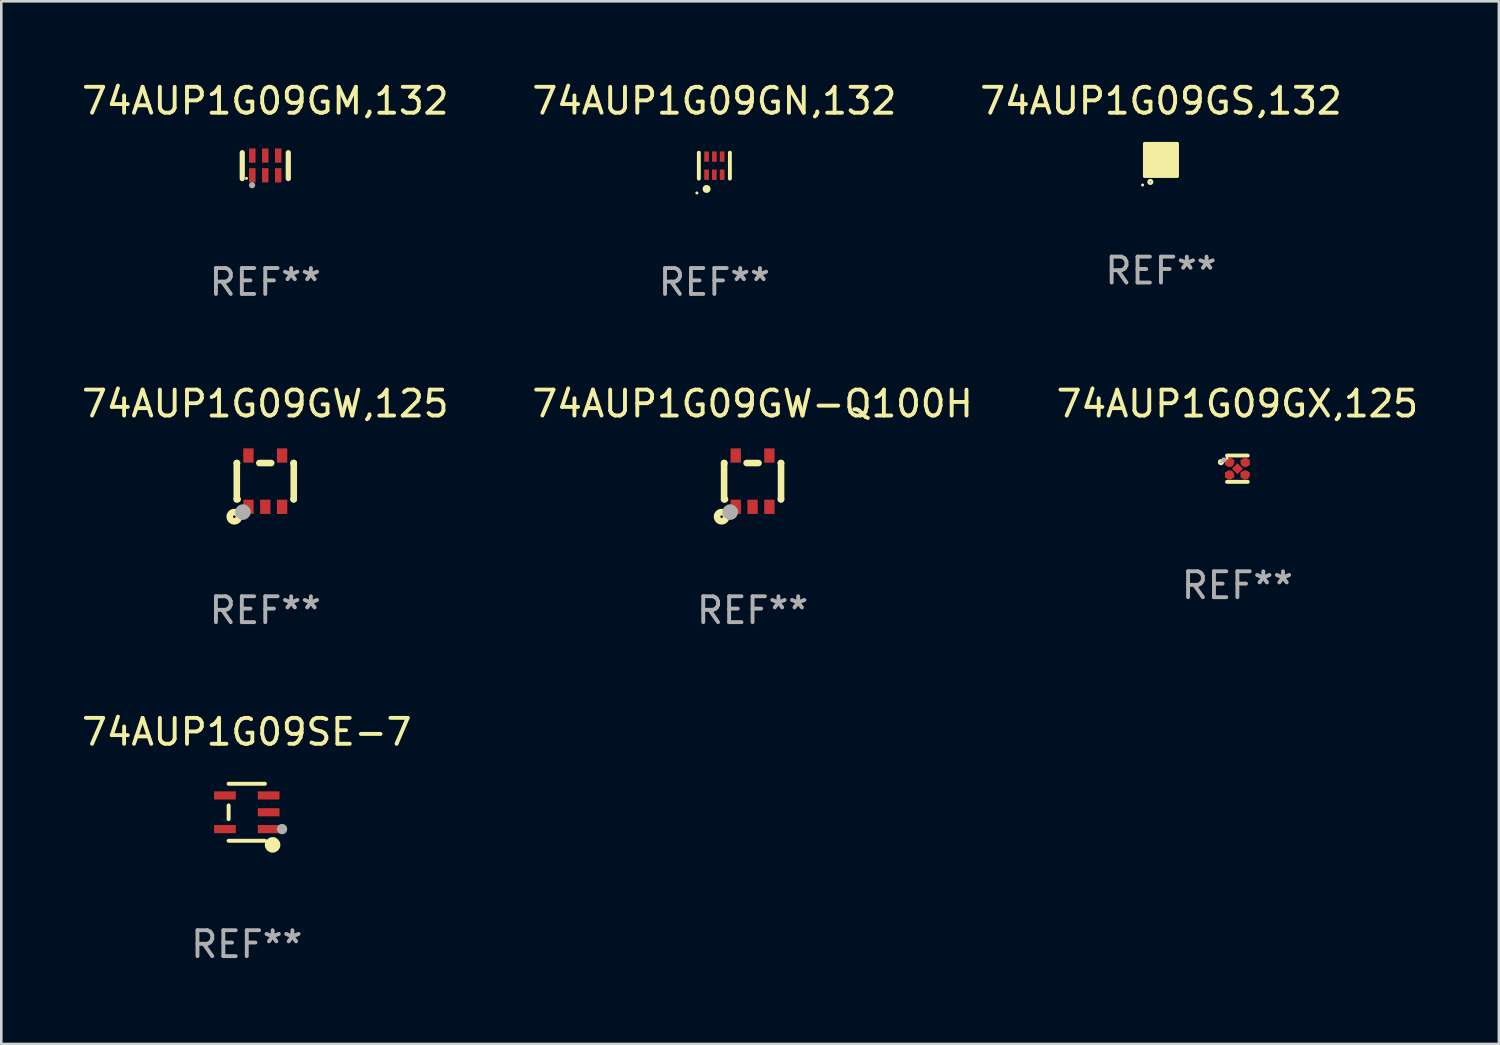
<source format=kicad_pcb>
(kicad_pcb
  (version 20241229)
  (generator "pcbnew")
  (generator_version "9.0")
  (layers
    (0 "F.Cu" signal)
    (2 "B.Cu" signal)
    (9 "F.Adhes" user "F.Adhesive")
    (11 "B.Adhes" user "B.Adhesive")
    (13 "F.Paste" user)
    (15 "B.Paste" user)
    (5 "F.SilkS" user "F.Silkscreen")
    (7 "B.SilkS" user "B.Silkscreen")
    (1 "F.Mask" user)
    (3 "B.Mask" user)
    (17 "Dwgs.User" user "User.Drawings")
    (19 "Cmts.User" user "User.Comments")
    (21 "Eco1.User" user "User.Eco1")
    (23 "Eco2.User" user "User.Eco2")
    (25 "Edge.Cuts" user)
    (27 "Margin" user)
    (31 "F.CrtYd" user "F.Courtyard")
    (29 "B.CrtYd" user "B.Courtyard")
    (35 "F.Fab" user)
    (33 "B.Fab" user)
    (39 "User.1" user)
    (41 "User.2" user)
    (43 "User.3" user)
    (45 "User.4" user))
  (footprint "74AUP1G09GW,125"
    (layer "F.Cu")
    (at 7.196 15.535)
    (property "Reference" "74AUP1G09GW,125" (at 0 -2.991 0) (layer "F.SilkS") (effects (font (size 1 1) (thickness 0.15))))
    (attr through_hole)
    (fp_line (start -1.1 -0.7) (end -1.1 0.7) (stroke (width 0.254) (type solid)) (layer "F.SilkS"))
    (fp_line (start -1.1 -0.7) (end -1.09 -0.7) (stroke (width 0.254) (type solid)) (layer "F.SilkS"))
    (fp_line (start -1.1 0.7) (end -1.065 0.7) (stroke (width 0.254) (type solid)) (layer "F.SilkS"))
    (fp_line (start -0.23 -0.7) (end 0.23 -0.7) (stroke (width 0.254) (type solid)) (layer "F.SilkS"))
    (fp_line (start 1.09 -0.7) (end 1.1 -0.7) (stroke (width 0.254) (type solid)) (layer "F.SilkS"))
    (fp_line (start 1.09 0.7) (end 1.1 0.7) (stroke (width 0.254) (type solid)) (layer "F.SilkS"))
    (fp_line (start 1.1 -0.7) (end 1.1 0.7) (stroke (width 0.254) (type solid)) (layer "F.SilkS"))
    (fp_circle (center -1.194 1.372) (end -1.143 1.372) (stroke (width 0.254) (type solid)) (fill no) (layer "F.SilkS"))
    (fp_circle (center -1.05 1.063) (end -1.02 1.063) (stroke (width 0.06) (type solid)) (fill no) (layer "F.SilkS"))
    (fp_circle (center -0.864 1.194) (end -0.713 1.194) (stroke (width 0.3) (type solid)) (fill no) (layer "F.Fab"))
    (fp_text user "REF**" (at 0 4.991 0) (layer "F.Fab") (effects (font (size 1 1) (thickness 0.15))))
    (pad "1" smd rect (at -0.65 0.991 180) (size 0.399 0.551) (layers "F.Cu" "F.Mask" "F.Paste"))
    (pad "2" smd rect (at 0 0.991 180) (size 0.399 0.551) (layers "F.Cu" "F.Mask" "F.Paste"))
    (pad "3" smd rect (at 0.65 0.991 180) (size 0.399 0.551) (layers "F.Cu" "F.Mask" "F.Paste"))
    (pad "4" smd rect (at 0.65 -0.991 180) (size 0.399 0.551) (layers "F.Cu" "F.Mask" "F.Paste"))
    (pad "5" smd rect (at -0.65 -0.991 180) (size 0.399 0.551) (layers "F.Cu" "F.Mask" "F.Paste")))
  (footprint "74AUP1G09GX,125"
    (layer "F.Cu")
    (at 44.744 15.053)
    (property "Reference" "74AUP1G09GX,125" (at 0 -2.508 0) (layer "F.SilkS") (effects (font (size 1 1) (thickness 0.15))))
    (attr through_hole)
    (fp_line (start 0.4 -0.508) (end -0.4 -0.508) (stroke (width 0.15) (type solid)) (layer "F.SilkS"))
    (fp_line (start 0.4 0.508) (end -0.4 0.508) (stroke (width 0.15) (type solid)) (layer "F.SilkS"))
    (fp_circle (center -0.635 -0.254) (end -0.615 -0.254) (stroke (width 0.1) (type solid)) (fill no) (layer "F.SilkS"))
    (fp_circle (center -0.401 -0.4) (end -0.371 -0.4) (stroke (width 0.06) (type solid)) (fill no) (layer "F.SilkS"))
    (fp_circle (center -0.523 -0.337) (end -0.473 -0.337) (stroke (width 0.1) (type solid)) (fill no) (layer "F.Fab"))
    (fp_text user "REF**" (at 0 4.508 0) (layer "F.Fab") (effects (font (size 1 1) (thickness 0.15))))
    (pad "1" smd custom (at -0.3 -0.24) (size 0.36 0.22) (layers "F.Cu" "F.Mask" "F.Paste") (options (anchor circle)) (primitives (gr_poly (pts (xy -0.18 -0.11) (xy -0.18 0.11) (xy 0.000127 0.11) (xy 0.18 -0.03) (xy 0.18 -0.11) (xy -0.18 -0.11)) (width 0) (fill yes))))
    (pad "2" smd custom (at -0.3 0.24) (size 0.36 0.22) (layers "F.Cu" "F.Mask" "F.Paste") (options (anchor circle)) (primitives (gr_poly (pts (xy -0.18 0.11) (xy -0.18 -0.11) (xy 0.000127 -0.11) (xy 0.18 0.03) (xy 0.18 0.11) (xy -0.18 0.11)) (width 0) (fill yes))))
    (pad "3" smd rect (at 0.000102 -0.000127 45) (size 0.3 0.3) (layers "F.Cu" "F.Mask" "F.Paste"))
    (pad "4" smd custom (at 0.3 0.24 180) (size 0.36 0.22) (layers "F.Cu" "F.Mask" "F.Paste") (options (anchor circle)) (primitives (gr_poly (pts (xy 0.18 0.11) (xy 0.18 -0.11) (xy -0.000178 -0.11) (xy -0.18 0.03) (xy -0.18 0.11) (xy 0.18 0.11)) (width 0) (fill yes))))
    (pad "5" smd custom (at 0.3 -0.24) (size 0.36 0.22) (layers "F.Cu" "F.Mask" "F.Paste") (options (anchor circle)) (primitives (gr_poly (pts (xy 0.18 -0.11) (xy 0.18 0.11) (xy -0.000152 0.11) (xy -0.18 -0.03) (xy -0.18 -0.11) (xy 0.18 -0.11)) (width 0) (fill yes)))))
  (footprint "74AUP1G09GM,132"
    (layer "F.Cu")
    (at 7.196 3.348)
    (property "Reference" "74AUP1G09GM,132" (at 0 -2.5 0) (layer "F.SilkS") (effects (font (size 1 1) (thickness 0.15))))
    (attr through_hole)
    (fp_line (start -0.889 0.5) (end -0.889 -0.5) (stroke (width 0.2) (type solid)) (layer "F.SilkS"))
    (fp_line (start 0.889 0.5) (end 0.889 -0.5) (stroke (width 0.2) (type solid)) (layer "F.SilkS"))
    (fp_circle (center -0.725 0.492) (end -0.695 0.492) (stroke (width 0.06) (type solid)) (fill no) (layer "F.SilkS"))
    (fp_circle (center -0.508 0.754) (end -0.448 0.754) (stroke (width 0.12) (type solid)) (fill no) (layer "F.Fab"))
    (fp_text user "REF**" (at 0 4.5 0) (layer "F.Fab") (effects (font (size 1 1) (thickness 0.15))))
    (pad "1" smd rect (at -0.5 0.372) (size 0.25 0.55) (layers "F.Cu" "F.Mask" "F.Paste"))
    (pad "2" smd rect (at -0.000127 0.372) (size 0.25 0.55) (layers "F.Cu" "F.Mask" "F.Paste"))
    (pad "3" smd rect (at 0.5 0.372) (size 0.25 0.55) (layers "F.Cu" "F.Mask" "F.Paste"))
    (pad "4" smd rect (at 0.5 -0.388 180) (size 0.25 0.55) (layers "F.Cu" "F.Mask" "F.Paste"))
    (pad "5" smd rect (at -0.000127 -0.388 180) (size 0.25 0.55) (layers "F.Cu" "F.Mask" "F.Paste"))
    (pad "6" smd rect (at -0.5 -0.388 180) (size 0.25 0.55) (layers "F.Cu" "F.Mask" "F.Paste")))
  (footprint "74AUP1G09SE-7"
    (layer "F.Cu")
    (at 6.482 28.324)
    (property "Reference" "74AUP1G09SE-7" (at 0 -3.101 0) (layer "F.SilkS") (effects (font (size 1 1) (thickness 0.15))))
    (attr through_hole)
    (fp_line (start -0.701 -0.264) (end -0.701 0.264) (stroke (width 0.152) (type solid)) (layer "F.SilkS"))
    (fp_line (start 0.701 -1.101) (end -0.701 -1.101) (stroke (width 0.152) (type solid)) (layer "F.SilkS"))
    (fp_line (start 0.701 1.101) (end -0.701 1.101) (stroke (width 0.152) (type solid)) (layer "F.SilkS"))
    (fp_circle (center 0.997 1.26) (end 1.147 1.26) (stroke (width 0.3) (type solid)) (fill no) (layer "F.SilkS"))
    (fp_circle (center 1.063 1.025) (end 1.093 1.025) (stroke (width 0.06) (type solid)) (fill no) (layer "F.SilkS"))
    (fp_circle (center 1.362 0.65) (end 1.463 0.65) (stroke (width 0.2) (type solid)) (fill no) (layer "F.Fab"))
    (fp_text user "REF**" (at 0 5.101 0) (layer "F.Fab") (effects (font (size 1 1) (thickness 0.15))))
    (pad "1" smd rect (at 0.844 0.65) (size 0.839 0.315) (layers "F.Cu" "F.Mask" "F.Paste"))
    (pad "2" smd rect (at 0.844 0) (size 0.839 0.315) (layers "F.Cu" "F.Mask" "F.Paste"))
    (pad "3" smd rect (at 0.844 -0.65) (size 0.839 0.315) (layers "F.Cu" "F.Mask" "F.Paste"))
    (pad "4" smd rect (at -0.844 -0.65) (size 0.839 0.315) (layers "F.Cu" "F.Mask" "F.Paste"))
    (pad "5" smd rect (at -0.844 0.65) (size 0.839 0.315) (layers "F.Cu" "F.Mask" "F.Paste")))
  (footprint "74AUP1G09GS,132"
    (layer "F.Cu")
    (at 41.792 3.128)
    (property "Reference" "74AUP1G09GS,132" (at 0 -2.28 0) (layer "F.SilkS") (effects (font (size 1 1) (thickness 0.15))))
    (attr through_hole)
    (fp_circle (center -0.71 0.968) (end -0.68 0.968) (stroke (width 0.06) (type solid)) (fill no) (layer "F.SilkS"))
    (fp_circle (center -0.41 0.85) (end -0.342 0.85) (stroke (width 0.1) (type solid)) (fill no) (layer "F.SilkS"))
    (fp_poly (pts (xy -0.635 -0.635) (xy 0.635 -0.635) (xy 0.635 0.635) (xy -0.635 0.635)) (stroke (width 0.12) (type solid)) (fill yes) (layer "F.SilkS"))
    (fp_text user "REF**" (at 0 4.28 0) (layer "F.Fab") (effects (font (size 1 1) (thickness 0.15))))
    (pad "1" smd rect (at -0.35 0.28 90) (size 0.35 0.2) (layers "F.Cu" "F.Mask" "F.Paste"))
    (pad "2" smd rect (at 0 0.28 90) (size 0.35 0.2) (layers "F.Cu" "F.Mask" "F.Paste"))
    (pad "3" smd rect (at 0.35 0.28 90) (size 0.35 0.2) (layers "F.Cu" "F.Mask" "F.Paste"))
    (pad "4" smd rect (at 0.35 -0.28 90) (size 0.35 0.2) (layers "F.Cu" "F.Mask" "F.Paste"))
    (pad "5" smd rect (at 0 -0.28 90) (size 0.35 0.2) (layers "F.Cu" "F.Mask" "F.Paste"))
    (pad "6" smd rect (at -0.35 -0.28 90) (size 0.35 0.2) (layers "F.Cu" "F.Mask" "F.Paste")))
  (footprint "74AUP1G09GN,132"
    (layer "F.Cu")
    (at 24.542 3.348)
    (property "Reference" "74AUP1G09GN,132" (at 0 -2.5 0) (layer "F.SilkS") (effects (font (size 1 1) (thickness 0.15))))
    (attr through_hole)
    (fp_line (start -0.6 -0.5) (end -0.6 0.5) (stroke (width 0.15) (type solid)) (layer "F.SilkS"))
    (fp_line (start 0.6 0.5) (end 0.6 -0.5) (stroke (width 0.15) (type solid)) (layer "F.SilkS"))
    (fp_circle (center -0.675 1.055) (end -0.645 1.055) (stroke (width 0.06) (type solid)) (fill no) (layer "F.SilkS"))
    (fp_circle (center -0.3 0.9) (end -0.22 0.9) (stroke (width 0.15) (type solid)) (fill no) (layer "F.SilkS"))
    (fp_text user "REF**" (at 0 4.5 0) (layer "F.Fab") (effects (font (size 1 1) (thickness 0.15))))
    (pad "1" smd rect (at -0.3 0.35) (size 0.18 0.4) (layers "F.Cu" "F.Mask" "F.Paste"))
    (pad "2" smd rect (at 0.000025 0.35) (size 0.18 0.4) (layers "F.Cu" "F.Mask" "F.Paste"))
    (pad "3" smd rect (at 0.3 0.35) (size 0.18 0.4) (layers "F.Cu" "F.Mask" "F.Paste"))
    (pad "4" smd rect (at 0.3 -0.35) (size 0.18 0.4) (layers "F.Cu" "F.Mask" "F.Paste"))
    (pad "5" smd rect (at 0.000025 -0.35) (size 0.18 0.4) (layers "F.Cu" "F.Mask" "F.Paste"))
    (pad "6" smd rect (at -0.3 -0.35) (size 0.18 0.4) (layers "F.Cu" "F.Mask" "F.Paste")))
  (footprint "74AUP1G09GW-Q100H"
    (layer "F.Cu")
    (at 26.018 15.535)
    (property "Reference" "74AUP1G09GW-Q100H" (at 0 -2.991 0) (layer "F.SilkS") (effects (font (size 1 1) (thickness 0.15))))
    (attr through_hole)
    (fp_line (start -1.1 -0.7) (end -1.1 0.7) (stroke (width 0.254) (type solid)) (layer "F.SilkS"))
    (fp_line (start -1.1 -0.7) (end -1.09 -0.7) (stroke (width 0.254) (type solid)) (layer "F.SilkS"))
    (fp_line (start -1.1 0.7) (end -1.065 0.7) (stroke (width 0.254) (type solid)) (layer "F.SilkS"))
    (fp_line (start -0.23 -0.7) (end 0.23 -0.7) (stroke (width 0.254) (type solid)) (layer "F.SilkS"))
    (fp_line (start 1.09 -0.7) (end 1.1 -0.7) (stroke (width 0.254) (type solid)) (layer "F.SilkS"))
    (fp_line (start 1.09 0.7) (end 1.1 0.7) (stroke (width 0.254) (type solid)) (layer "F.SilkS"))
    (fp_line (start 1.1 -0.7) (end 1.1 0.7) (stroke (width 0.254) (type solid)) (layer "F.SilkS"))
    (fp_circle (center -1.194 1.372) (end -1.143 1.372) (stroke (width 0.254) (type solid)) (fill no) (layer "F.SilkS"))
    (fp_circle (center -1.05 1.063) (end -1.02 1.063) (stroke (width 0.06) (type solid)) (fill no) (layer "F.SilkS"))
    (fp_circle (center -0.864 1.194) (end -0.713 1.194) (stroke (width 0.3) (type solid)) (fill no) (layer "F.Fab"))
    (fp_text user "REF**" (at 0 4.991 0) (layer "F.Fab") (effects (font (size 1 1) (thickness 0.15))))
    (pad "1" smd rect (at -0.65 0.991 180) (size 0.399 0.551) (layers "F.Cu" "F.Mask" "F.Paste"))
    (pad "2" smd rect (at 0 0.991 180) (size 0.399 0.551) (layers "F.Cu" "F.Mask" "F.Paste"))
    (pad "3" smd rect (at 0.65 0.991 180) (size 0.399 0.551) (layers "F.Cu" "F.Mask" "F.Paste"))
    (pad "4" smd rect (at 0.65 -0.991 180) (size 0.399 0.551) (layers "F.Cu" "F.Mask" "F.Paste"))
    (pad "5" smd rect (at -0.65 -0.991 180) (size 0.399 0.551) (layers "F.Cu" "F.Mask" "F.Paste")))
  (gr_rect
    (start -3 -3)
    (end 54.845 37.273)
    (stroke (width 0.1) (type default))
    (fill no)
    (layer "Edge.Cuts")))
</source>
